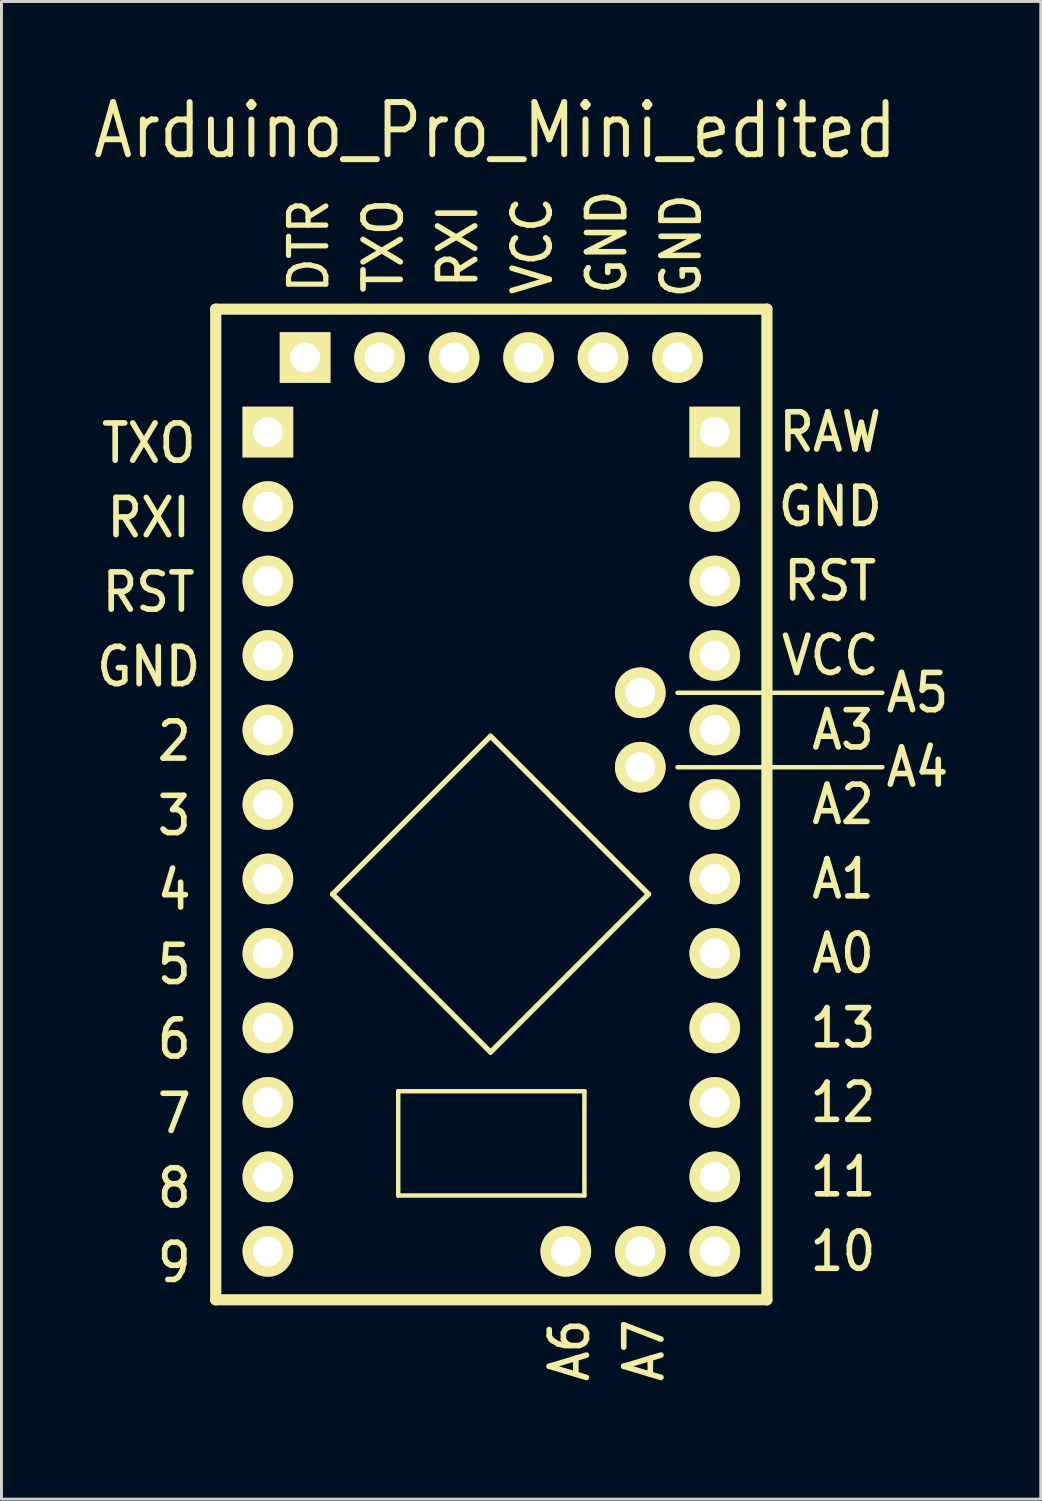
<source format=kicad_pcb>
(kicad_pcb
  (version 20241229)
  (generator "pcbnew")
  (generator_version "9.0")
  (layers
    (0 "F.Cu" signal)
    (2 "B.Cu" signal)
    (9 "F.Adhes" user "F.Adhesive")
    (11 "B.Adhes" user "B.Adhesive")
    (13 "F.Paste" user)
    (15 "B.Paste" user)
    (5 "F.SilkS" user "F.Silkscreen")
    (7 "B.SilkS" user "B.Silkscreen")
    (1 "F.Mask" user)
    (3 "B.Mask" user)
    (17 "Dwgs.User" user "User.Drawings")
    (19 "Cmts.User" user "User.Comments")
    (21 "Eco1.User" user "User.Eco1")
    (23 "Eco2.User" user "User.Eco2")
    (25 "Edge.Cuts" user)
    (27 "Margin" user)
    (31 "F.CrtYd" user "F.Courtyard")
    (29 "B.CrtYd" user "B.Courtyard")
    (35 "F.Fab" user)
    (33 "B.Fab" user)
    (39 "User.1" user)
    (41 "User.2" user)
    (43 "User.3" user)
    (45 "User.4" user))
  (footprint "Arduino_Pro_Mini_edited"
    (layer "F.Cu")
    (at 13.705 24.384)
    (property "Reference" "Arduino_Pro_Mini_edited" (at 0.127 -22.987 0) (layer "F.SilkS") (effects (font (size 1.778 1.524) (thickness 0.203))))
    (attr through_hole)
    (fp_line (start -9.398 -16.891) (end 9.398 -16.891) (stroke (width 0.381) (type solid)) (layer "F.SilkS"))
    (fp_line (start -9.398 16.891) (end -9.398 -16.891) (stroke (width 0.381) (type solid)) (layer "F.SilkS"))
    (fp_line (start -5.414 3.059) (end -0.026 -2.329) (stroke (width 0.178) (type solid)) (layer "F.SilkS"))
    (fp_line (start -5.414 3.059) (end -0.026 8.447) (stroke (width 0.178) (type solid)) (layer "F.SilkS"))
    (fp_line (start -3.175 9.779) (end -3.175 13.335) (stroke (width 0.152) (type solid)) (layer "F.SilkS"))
    (fp_line (start -3.175 13.335) (end 3.175 13.335) (stroke (width 0.152) (type solid)) (layer "F.SilkS"))
    (fp_line (start -0.026 -2.329) (end 5.362 3.059) (stroke (width 0.178) (type solid)) (layer "F.SilkS"))
    (fp_line (start -0.026 8.447) (end 5.362 3.059) (stroke (width 0.178) (type solid)) (layer "F.SilkS"))
    (fp_line (start 3.175 9.779) (end -3.175 9.779) (stroke (width 0.152) (type solid)) (layer "F.SilkS"))
    (fp_line (start 3.175 9.779) (end 3.175 13.335) (stroke (width 0.152) (type solid)) (layer "F.SilkS"))
    (fp_line (start 6.35 -3.81) (end 13.335 -3.81) (stroke (width 0.152) (type solid)) (layer "F.SilkS"))
    (fp_line (start 6.35 -1.27) (end 13.335 -1.27) (stroke (width 0.152) (type solid)) (layer "F.SilkS"))
    (fp_line (start 9.398 -16.891) (end 9.398 16.891) (stroke (width 0.381) (type solid)) (layer "F.SilkS"))
    (fp_line (start 9.398 16.891) (end -9.398 16.891) (stroke (width 0.381) (type solid)) (layer "F.SilkS"))
    (fp_text user "GND" (at -11.684 -4.699 0) (layer "F.SilkS") (effects (font (size 1.27 1.143) (thickness 0.191))))
    (fp_text user "  3" (at -11.684 0.381 0) (layer "F.SilkS") (effects (font (size 1.27 1.143) (thickness 0.191))))
    (fp_text user "RAW" (at 11.557 -12.7 0) (layer "F.SilkS") (effects (font (size 1.27 1.143) (thickness 0.191))))
    (fp_text user "  5" (at -11.684 5.461 0) (layer "F.SilkS") (effects (font (size 1.27 1.143) (thickness 0.191))))
    (fp_text user "  6" (at -11.684 8.001 0) (layer "F.SilkS") (effects (font (size 1.27 1.143) (thickness 0.191))))
    (fp_text user "  8" (at -11.684 13.081 0) (layer "F.SilkS") (effects (font (size 1.27 1.143) (thickness 0.191))))
    (fp_text user "RXI" (at -1.143 -19.05 90) (layer "F.SilkS") (effects (font (size 1.27 1.143) (thickness 0.191))))
    (fp_text user "  7" (at -11.684 10.541 0) (layer "F.SilkS") (effects (font (size 1.27 1.143) (thickness 0.191))))
    (fp_text user " A4" (at 14.097 -1.27 0) (layer "F.SilkS") (effects (font (size 1.27 1.143) (thickness 0.191))))
    (fp_text user "  4" (at -11.684 2.921 0) (layer "F.SilkS") (effects (font (size 1.27 1.143) (thickness 0.191))))
    (fp_text user " 10" (at 11.557 15.24 0) (layer "F.SilkS") (effects (font (size 1.27 1.143) (thickness 0.191))))
    (fp_text user " A5" (at 14.097 -3.81 0) (layer "F.SilkS") (effects (font (size 1.27 1.143) (thickness 0.191))))
    (fp_text user "RST" (at -11.684 -7.239 0) (layer "F.SilkS") (effects (font (size 1.27 1.143) (thickness 0.191))))
    (fp_text user "GND" (at 11.557 -10.16 0) (layer "F.SilkS") (effects (font (size 1.27 1.143) (thickness 0.191))))
    (fp_text user "RST" (at 11.557 -7.62 0) (layer "F.SilkS") (effects (font (size 1.27 1.143) (thickness 0.191))))
    (fp_text user " A2" (at 11.557 0 0) (layer "F.SilkS") (effects (font (size 1.27 1.143) (thickness 0.191))))
    (fp_text user "VCC" (at 1.397 -19.05 90) (layer "F.SilkS") (effects (font (size 1.27 1.143) (thickness 0.191))))
    (fp_text user "DTR" (at -6.223 -19.05 90) (layer "F.SilkS") (effects (font (size 1.27 1.143) (thickness 0.178))))
    (fp_text user " A3" (at 11.557 -2.54 0) (layer "F.SilkS") (effects (font (size 1.27 1.143) (thickness 0.191))))
    (fp_text user "GND" (at 6.477 -19.05 90) (layer "F.SilkS") (effects (font (size 1.27 1.143) (thickness 0.191))))
    (fp_text user "VCC" (at 11.557 -5.08 0) (layer "F.SilkS") (effects (font (size 1.27 1.143) (thickness 0.191))))
    (fp_text user "RXI" (at -11.684 -9.779 0) (layer "F.SilkS") (effects (font (size 1.27 1.143) (thickness 0.191))))
    (fp_text user " 12" (at 11.557 10.16 0) (layer "F.SilkS") (effects (font (size 1.27 1.143) (thickness 0.191))))
    (fp_text user " 13" (at 11.557 7.62 0) (layer "F.SilkS") (effects (font (size 1.27 1.143) (thickness 0.191))))
    (fp_text user "TXO" (at -3.683 -19.05 90) (layer "F.SilkS") (effects (font (size 1.27 1.143) (thickness 0.191))))
    (fp_text user " A7" (at 5.207 19.05 90) (layer "F.SilkS") (effects (font (size 1.27 1.143) (thickness 0.191))))
    (fp_text user " A1" (at 11.557 2.54 0) (layer "F.SilkS") (effects (font (size 1.27 1.143) (thickness 0.191))))
    (fp_text user "GND" (at 3.937 -19.177 90) (layer "F.SilkS") (effects (font (size 1.27 1.143) (thickness 0.191))))
    (fp_text user " A6" (at 2.667 19.05 90) (layer "F.SilkS") (effects (font (size 1.27 1.143) (thickness 0.191))))
    (fp_text user " 11" (at 11.557 12.7 0) (layer "F.SilkS") (effects (font (size 1.27 1.143) (thickness 0.191))))
    (fp_text user "  2" (at -11.684 -2.159 0) (layer "F.SilkS") (effects (font (size 1.27 1.143) (thickness 0.191))))
    (fp_text user "  9" (at -11.684 15.621 0) (layer "F.SilkS") (effects (font (size 1.27 1.143) (thickness 0.191))))
    (fp_text user "TXO" (at -11.684 -12.319 0) (layer "F.SilkS") (effects (font (size 1.27 1.143) (thickness 0.191))))
    (fp_text user " A0" (at 11.557 5.08 0) (layer "F.SilkS") (effects (font (size 1.27 1.143) (thickness 0.191))))
    (pad "1A" thru_hole rect (at 7.62 -12.7) (size 1.727 1.727) (drill 1.016) (layers "*.Cu" "*.Mask" "F.SilkS"))
    (pad "1C" thru_hole rect (at -6.35 -15.24) (size 1.727 1.727) (drill 1.016) (layers "*.Cu" "*.Mask" "F.SilkS"))
    (pad "1D" thru_hole rect (at -7.62 -12.7) (size 1.727 1.727) (drill 1.016) (layers "*.Cu" "*.Mask" "F.SilkS"))
    (pad "2A" thru_hole circle (at 7.62 -10.16) (size 1.727 1.727) (drill 1.016) (layers "*.Cu" "*.Mask" "F.SilkS"))
    (pad "2B" thru_hole circle (at 2.54 15.24) (size 1.727 1.727) (drill 1.016) (layers "*.Cu" "*.Mask" "F.SilkS"))
    (pad "2C" thru_hole circle (at -3.81 -15.24) (size 1.727 1.727) (drill 1.016) (layers "*.Cu" "*.Mask" "F.SilkS"))
    (pad "2D" thru_hole circle (at -7.62 -10.16) (size 1.727 1.727) (drill 1.016) (layers "*.Cu" "*.Mask" "F.SilkS"))
    (pad "3A" thru_hole circle (at 7.62 -7.62) (size 1.727 1.727) (drill 1.016) (layers "*.Cu" "*.Mask" "F.SilkS"))
    (pad "3B" thru_hole circle (at 5.08 15.24) (size 1.727 1.727) (drill 1.016) (layers "*.Cu" "*.Mask" "F.SilkS"))
    (pad "3C" thru_hole circle (at -1.27 -15.24) (size 1.727 1.727) (drill 1.016) (layers "*.Cu" "*.Mask" "F.SilkS"))
    (pad "3D" thru_hole circle (at -7.62 -7.62) (size 1.727 1.727) (drill 1.016) (layers "*.Cu" "*.Mask" "F.SilkS"))
    (pad "4A" thru_hole circle (at 7.62 -5.08) (size 1.727 1.727) (drill 1.016) (layers "*.Cu" "*.Mask" "F.SilkS"))
    (pad "4B" thru_hole circle (at 5.08 -1.27) (size 1.727 1.727) (drill 1.016) (layers "*.Cu" "*.Mask" "F.SilkS"))
    (pad "4C" thru_hole circle (at 1.27 -15.24) (size 1.727 1.727) (drill 1.016) (layers "*.Cu" "*.Mask" "F.SilkS"))
    (pad "4D" thru_hole circle (at -7.62 -5.08) (size 1.727 1.727) (drill 1.016) (layers "*.Cu" "*.Mask" "F.SilkS"))
    (pad "5A" thru_hole circle (at 7.62 -2.54) (size 1.727 1.727) (drill 1.016) (layers "*.Cu" "*.Mask" "F.SilkS"))
    (pad "5B" thru_hole circle (at 5.08 -3.81) (size 1.727 1.727) (drill 1.016) (layers "*.Cu" "*.Mask" "F.SilkS"))
    (pad "5C" thru_hole circle (at 3.81 -15.24) (size 1.727 1.727) (drill 1.016) (layers "*.Cu" "*.Mask" "F.SilkS"))
    (pad "5D" thru_hole circle (at -7.62 -2.54) (size 1.727 1.727) (drill 1.016) (layers "*.Cu" "*.Mask" "F.SilkS"))
    (pad "6A" thru_hole circle (at 7.62 0) (size 1.727 1.727) (drill 1.016) (layers "*.Cu" "*.Mask" "F.SilkS"))
    (pad "6C" thru_hole circle (at 6.35 -15.24) (size 1.727 1.727) (drill 1.016) (layers "*.Cu" "*.Mask" "F.SilkS"))
    (pad "6D" thru_hole circle (at -7.62 0) (size 1.727 1.727) (drill 1.016) (layers "*.Cu" "*.Mask" "F.SilkS"))
    (pad "7A" thru_hole circle (at 7.62 2.54) (size 1.727 1.727) (drill 1.016) (layers "*.Cu" "*.Mask" "F.SilkS"))
    (pad "7D" thru_hole circle (at -7.62 2.54) (size 1.727 1.727) (drill 1.016) (layers "*.Cu" "*.Mask" "F.SilkS"))
    (pad "8A" thru_hole circle (at 7.62 5.08) (size 1.727 1.727) (drill 1.016) (layers "*.Cu" "*.Mask" "F.SilkS"))
    (pad "8D" thru_hole circle (at -7.62 5.08) (size 1.727 1.727) (drill 1.016) (layers "*.Cu" "*.Mask" "F.SilkS"))
    (pad "9A" thru_hole circle (at 7.62 7.62) (size 1.727 1.727) (drill 1.016) (layers "*.Cu" "*.Mask" "F.SilkS"))
    (pad "9D" thru_hole circle (at -7.62 7.62) (size 1.727 1.727) (drill 1.016) (layers "*.Cu" "*.Mask" "F.SilkS"))
    (pad "10A" thru_hole circle (at 7.62 10.16) (size 1.727 1.727) (drill 1.016) (layers "*.Cu" "*.Mask" "F.SilkS"))
    (pad "10D" thru_hole circle (at -7.62 10.16) (size 1.727 1.727) (drill 1.016) (layers "*.Cu" "*.Mask" "F.SilkS"))
    (pad "11A" thru_hole circle (at 7.62 12.7) (size 1.727 1.727) (drill 1.016) (layers "*.Cu" "*.Mask" "F.SilkS"))
    (pad "11D" thru_hole circle (at -7.62 12.7) (size 1.727 1.727) (drill 1.016) (layers "*.Cu" "*.Mask" "F.SilkS"))
    (pad "12A" thru_hole circle (at 7.62 15.24) (size 1.727 1.727) (drill 1.016) (layers "*.Cu" "*.Mask" "F.SilkS"))
    (pad "12D" thru_hole circle (at -7.62 15.24) (size 1.727 1.727) (drill 1.016) (layers "*.Cu" "*.Mask" "F.SilkS")))
  (gr_rect
    (start -3 -3)
    (end 32.443 48.075)
    (stroke (width 0.1) (type default))
    (fill no)
    (layer "Edge.Cuts")))
</source>
